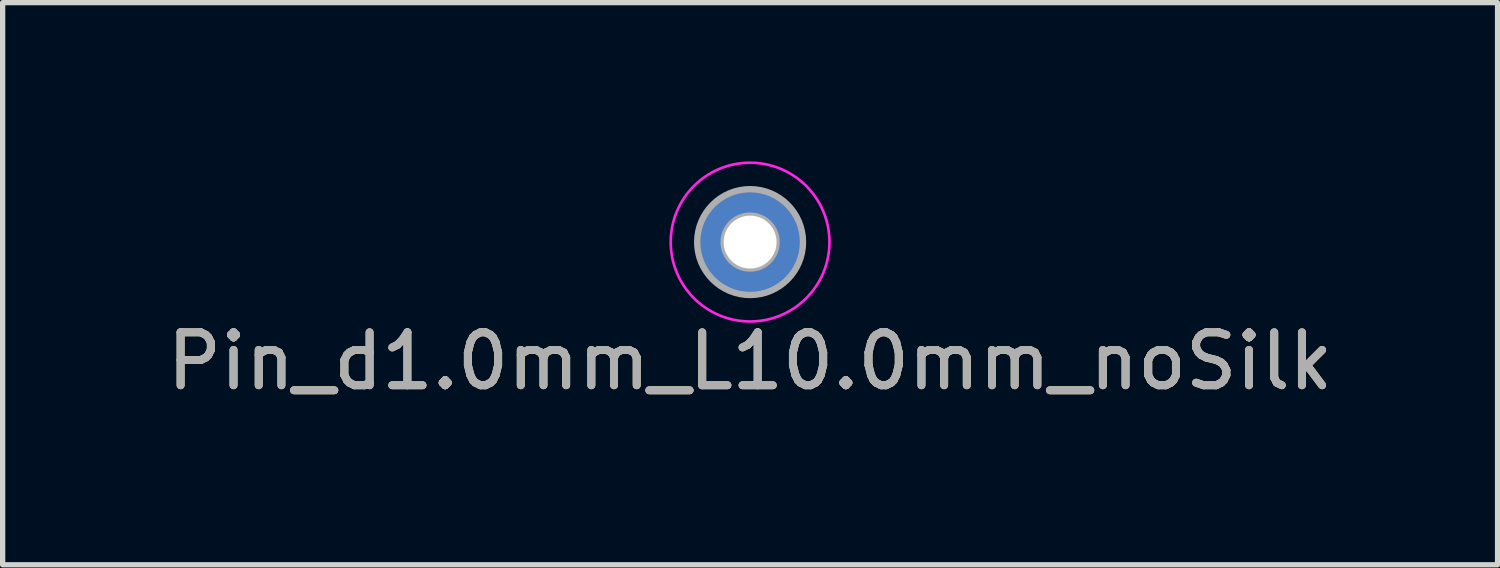
<source format=kicad_pcb>
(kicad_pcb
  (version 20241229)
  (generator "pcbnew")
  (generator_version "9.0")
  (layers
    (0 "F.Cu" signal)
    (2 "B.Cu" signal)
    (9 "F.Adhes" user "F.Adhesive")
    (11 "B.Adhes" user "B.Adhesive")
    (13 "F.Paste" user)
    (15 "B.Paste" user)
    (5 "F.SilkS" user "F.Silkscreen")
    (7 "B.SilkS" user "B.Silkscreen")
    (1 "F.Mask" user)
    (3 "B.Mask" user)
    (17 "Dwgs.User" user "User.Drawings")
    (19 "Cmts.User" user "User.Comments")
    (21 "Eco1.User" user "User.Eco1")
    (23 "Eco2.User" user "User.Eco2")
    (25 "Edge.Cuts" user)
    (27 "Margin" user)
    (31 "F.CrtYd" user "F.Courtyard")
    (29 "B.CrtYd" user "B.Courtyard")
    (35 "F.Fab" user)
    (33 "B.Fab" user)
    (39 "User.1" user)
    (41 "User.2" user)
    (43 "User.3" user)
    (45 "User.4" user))
  (footprint "Pin_d1.0mm_L10.0mm_noSilk"
    (layer "F.Cu")
    (at 11.125 1.525)
    (property "Reference" "Pin_d1.0mm_L10.0mm_noSilk" (at 0 2.25 0) (layer "F.SilkS") (effects (font (size 1 1) (thickness 0.15))))
    (attr through_hole)
    (fp_circle (center 0 0) (end 1.5 0) (stroke (width 0.05) (type solid)) (fill no) (layer "F.CrtYd"))
    (fp_circle (center 0 0) (end 0.5 0) (stroke (width 0.12) (type solid)) (fill no) (layer "F.Fab"))
    (fp_circle (center 0 0) (end 1 0) (stroke (width 0.12) (type solid)) (fill no) (layer "F.Fab"))
    (fp_text user "${REFERENCE}" (at 0 2.25 0) (layer "F.Fab") (effects (font (size 1 1) (thickness 0.15))))
    (pad "1" thru_hole circle (at 0 0) (size 2 2) (drill 1) (layers "*.Cu" "*.Mask")))
  (gr_rect
    (start -3 -3)
    (end 25.25 7.623)
    (stroke (width 0.1) (type default))
    (fill no)
    (layer "Edge.Cuts")))
</source>
